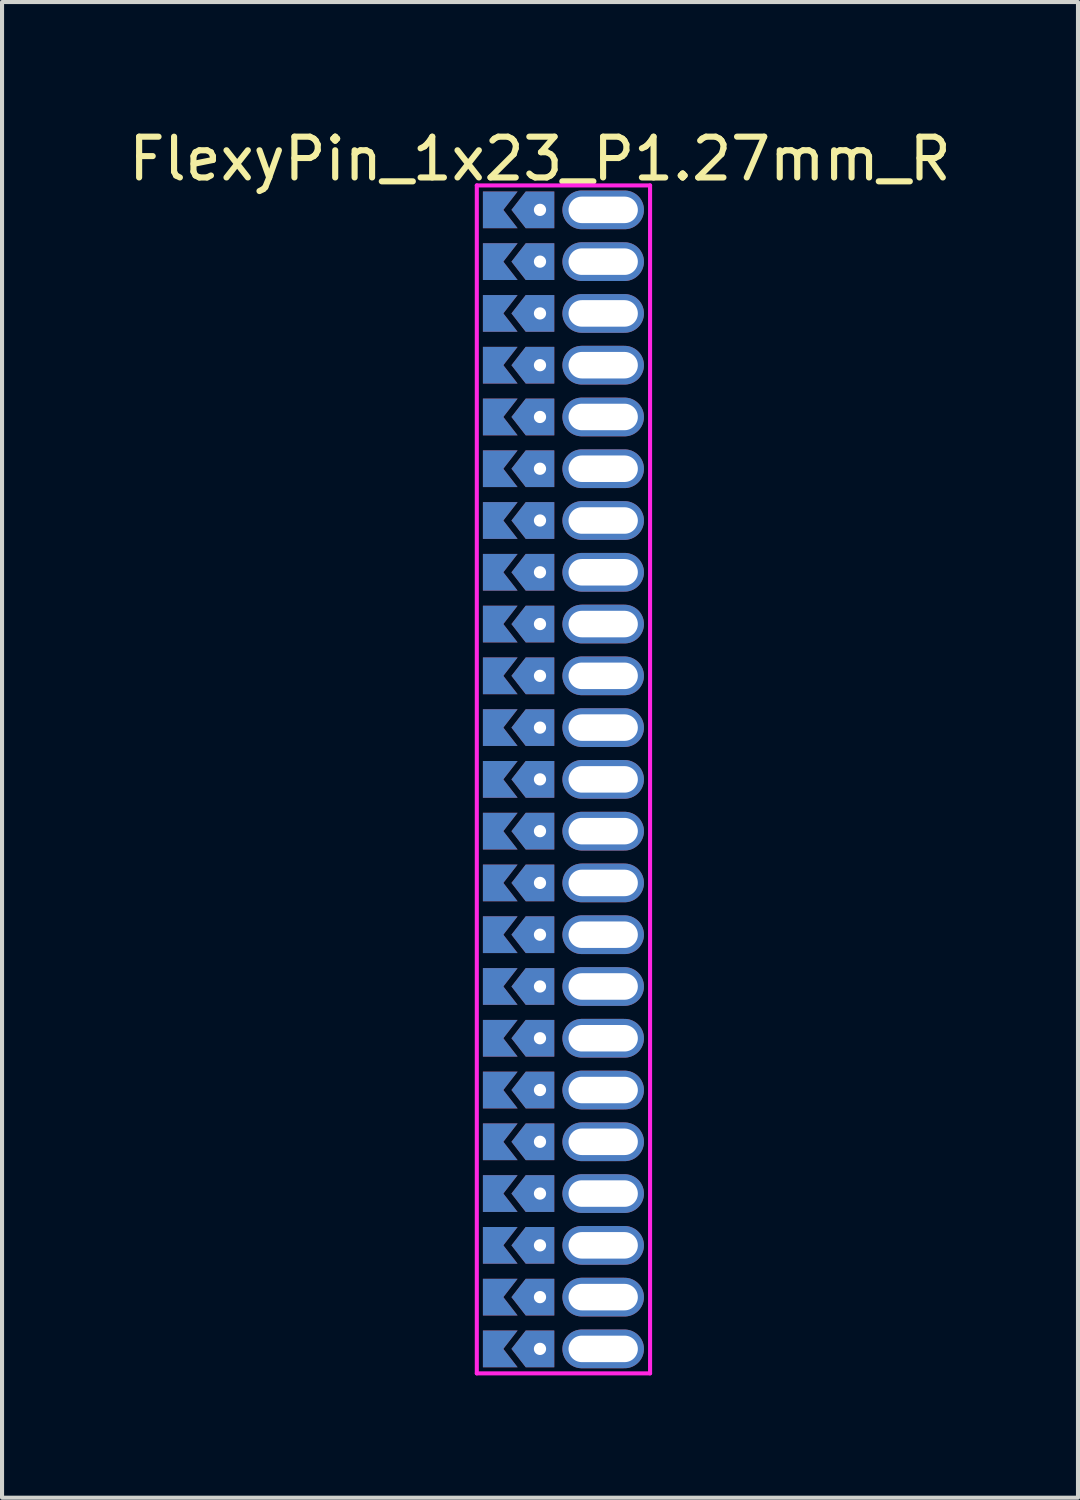
<source format=kicad_pcb>
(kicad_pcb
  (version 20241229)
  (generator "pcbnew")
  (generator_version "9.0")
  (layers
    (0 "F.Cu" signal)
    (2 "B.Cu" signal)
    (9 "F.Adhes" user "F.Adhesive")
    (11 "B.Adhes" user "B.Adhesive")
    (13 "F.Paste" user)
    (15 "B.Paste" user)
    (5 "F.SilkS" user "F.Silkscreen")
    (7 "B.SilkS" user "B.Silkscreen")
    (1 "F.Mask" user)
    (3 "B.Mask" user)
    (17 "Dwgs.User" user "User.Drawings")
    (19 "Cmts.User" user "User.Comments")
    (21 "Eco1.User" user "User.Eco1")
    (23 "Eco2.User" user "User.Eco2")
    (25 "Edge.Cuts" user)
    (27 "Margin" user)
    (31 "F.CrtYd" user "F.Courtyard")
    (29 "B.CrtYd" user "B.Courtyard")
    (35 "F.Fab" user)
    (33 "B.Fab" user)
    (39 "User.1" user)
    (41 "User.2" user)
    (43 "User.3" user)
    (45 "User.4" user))
  (footprint "FlexyPin_1x23_P1.27mm_R"
    (layer "F.Cu")
    (at 10.196 2.098)
    (property "Reference" "FlexyPin_1x23_P1.27mm_R" (at 0 -1.25 0) (layer "F.SilkS") (effects (font (size 1 1) (thickness 0.15))))
    (attr through_hole)
    (fp_line (start -1.55 -0.6) (end 2.7 -0.6) (stroke (width 0.1) (type solid)) (layer "F.CrtYd"))
    (fp_line (start -1.55 28.54) (end -1.55 -0.6) (stroke (width 0.1) (type solid)) (layer "F.CrtYd"))
    (fp_line (start 2.7 -0.6) (end 2.7 28.54) (stroke (width 0.1) (type solid)) (layer "F.CrtYd"))
    (fp_line (start 2.7 28.54) (end -1.55 28.54) (stroke (width 0.1) (type solid)) (layer "F.CrtYd"))
    (pad "" thru_hole custom (at 0 0) (size 0.3 0.3) (drill 0.6) (layers "*.Cu" "*.Mask") (options (anchor rect)) (primitives (gr_poly (pts (xy 0.35 0.45) (xy 0.35 -0.45) (xy -0.35 -0.45) (xy -0.7 0) (xy -0.35 0.45)) (width 0) (fill yes))))
    (pad "" thru_hole custom (at 0 1.27) (size 0.3 0.3) (drill 0.6) (layers "*.Cu" "*.Mask") (options (anchor rect)) (primitives (gr_poly (pts (xy 0.35 0.45) (xy 0.35 -0.45) (xy -0.35 -0.45) (xy -0.7 0) (xy -0.35 0.45)) (width 0) (fill yes))))
    (pad "" thru_hole custom (at 0 2.54) (size 0.3 0.3) (drill 0.6) (layers "*.Cu" "*.Mask") (options (anchor rect)) (primitives (gr_poly (pts (xy 0.35 0.45) (xy 0.35 -0.45) (xy -0.35 -0.45) (xy -0.7 0) (xy -0.35 0.45)) (width 0) (fill yes))))
    (pad "" thru_hole custom (at 0 3.81) (size 0.3 0.3) (drill 0.6) (layers "*.Cu" "*.Mask") (options (anchor rect)) (primitives (gr_poly (pts (xy 0.35 0.45) (xy 0.35 -0.45) (xy -0.35 -0.45) (xy -0.7 0) (xy -0.35 0.45)) (width 0) (fill yes))))
    (pad "" thru_hole custom (at 0 5.08) (size 0.3 0.3) (drill 0.6) (layers "*.Cu" "*.Mask") (options (anchor rect)) (primitives (gr_poly (pts (xy 0.35 0.45) (xy 0.35 -0.45) (xy -0.35 -0.45) (xy -0.7 0) (xy -0.35 0.45)) (width 0) (fill yes))))
    (pad "" thru_hole custom (at 0 6.35) (size 0.3 0.3) (drill 0.6) (layers "*.Cu" "*.Mask") (options (anchor rect)) (primitives (gr_poly (pts (xy 0.35 0.45) (xy 0.35 -0.45) (xy -0.35 -0.45) (xy -0.7 0) (xy -0.35 0.45)) (width 0) (fill yes))))
    (pad "" thru_hole custom (at 0 7.62) (size 0.3 0.3) (drill 0.6) (layers "*.Cu" "*.Mask") (options (anchor rect)) (primitives (gr_poly (pts (xy 0.35 0.45) (xy 0.35 -0.45) (xy -0.35 -0.45) (xy -0.7 0) (xy -0.35 0.45)) (width 0) (fill yes))))
    (pad "" thru_hole custom (at 0 8.89) (size 0.3 0.3) (drill 0.6) (layers "*.Cu" "*.Mask") (options (anchor rect)) (primitives (gr_poly (pts (xy 0.35 0.45) (xy 0.35 -0.45) (xy -0.35 -0.45) (xy -0.7 0) (xy -0.35 0.45)) (width 0) (fill yes))))
    (pad "" thru_hole custom (at 0 10.16) (size 0.3 0.3) (drill 0.6) (layers "*.Cu" "*.Mask") (options (anchor rect)) (primitives (gr_poly (pts (xy 0.35 0.45) (xy 0.35 -0.45) (xy -0.35 -0.45) (xy -0.7 0) (xy -0.35 0.45)) (width 0) (fill yes))))
    (pad "" thru_hole custom (at 0 11.43) (size 0.3 0.3) (drill 0.6) (layers "*.Cu" "*.Mask") (options (anchor rect)) (primitives (gr_poly (pts (xy 0.35 0.45) (xy 0.35 -0.45) (xy -0.35 -0.45) (xy -0.7 0) (xy -0.35 0.45)) (width 0) (fill yes))))
    (pad "" thru_hole custom (at 0 12.7) (size 0.3 0.3) (drill 0.6) (layers "*.Cu" "*.Mask") (options (anchor rect)) (primitives (gr_poly (pts (xy 0.35 0.45) (xy 0.35 -0.45) (xy -0.35 -0.45) (xy -0.7 0) (xy -0.35 0.45)) (width 0) (fill yes))))
    (pad "" thru_hole custom (at 0 13.97) (size 0.3 0.3) (drill 0.6) (layers "*.Cu" "*.Mask") (options (anchor rect)) (primitives (gr_poly (pts (xy 0.35 0.45) (xy 0.35 -0.45) (xy -0.35 -0.45) (xy -0.7 0) (xy -0.35 0.45)) (width 0) (fill yes))))
    (pad "" thru_hole custom (at 0 15.24) (size 0.3 0.3) (drill 0.6) (layers "*.Cu" "*.Mask") (options (anchor rect)) (primitives (gr_poly (pts (xy 0.35 0.45) (xy 0.35 -0.45) (xy -0.35 -0.45) (xy -0.7 0) (xy -0.35 0.45)) (width 0) (fill yes))))
    (pad "" thru_hole custom (at 0 16.51) (size 0.3 0.3) (drill 0.6) (layers "*.Cu" "*.Mask") (options (anchor rect)) (primitives (gr_poly (pts (xy 0.35 0.45) (xy 0.35 -0.45) (xy -0.35 -0.45) (xy -0.7 0) (xy -0.35 0.45)) (width 0) (fill yes))))
    (pad "" thru_hole custom (at 0 17.78) (size 0.3 0.3) (drill 0.6) (layers "*.Cu" "*.Mask") (options (anchor rect)) (primitives (gr_poly (pts (xy 0.35 0.45) (xy 0.35 -0.45) (xy -0.35 -0.45) (xy -0.7 0) (xy -0.35 0.45)) (width 0) (fill yes))))
    (pad "" thru_hole custom (at 0 19.05) (size 0.3 0.3) (drill 0.6) (layers "*.Cu" "*.Mask") (options (anchor rect)) (primitives (gr_poly (pts (xy 0.35 0.45) (xy 0.35 -0.45) (xy -0.35 -0.45) (xy -0.7 0) (xy -0.35 0.45)) (width 0) (fill yes))))
    (pad "" thru_hole custom (at 0 20.32) (size 0.3 0.3) (drill 0.6) (layers "*.Cu" "*.Mask") (options (anchor rect)) (primitives (gr_poly (pts (xy 0.35 0.45) (xy 0.35 -0.45) (xy -0.35 -0.45) (xy -0.7 0) (xy -0.35 0.45)) (width 0) (fill yes))))
    (pad "" thru_hole custom (at 0 21.59) (size 0.3 0.3) (drill 0.6) (layers "*.Cu" "*.Mask") (options (anchor rect)) (primitives (gr_poly (pts (xy 0.35 0.45) (xy 0.35 -0.45) (xy -0.35 -0.45) (xy -0.7 0) (xy -0.35 0.45)) (width 0) (fill yes))))
    (pad "" thru_hole custom (at 0 22.86) (size 0.3 0.3) (drill 0.6) (layers "*.Cu" "*.Mask") (options (anchor rect)) (primitives (gr_poly (pts (xy 0.35 0.45) (xy 0.35 -0.45) (xy -0.35 -0.45) (xy -0.7 0) (xy -0.35 0.45)) (width 0) (fill yes))))
    (pad "" thru_hole custom (at 0 24.13) (size 0.3 0.3) (drill 0.6) (layers "*.Cu" "*.Mask") (options (anchor rect)) (primitives (gr_poly (pts (xy 0.35 0.45) (xy 0.35 -0.45) (xy -0.35 -0.45) (xy -0.7 0) (xy -0.35 0.45)) (width 0) (fill yes))))
    (pad "" thru_hole custom (at 0 25.4) (size 0.3 0.3) (drill 0.6) (layers "*.Cu" "*.Mask") (options (anchor rect)) (primitives (gr_poly (pts (xy 0.35 0.45) (xy 0.35 -0.45) (xy -0.35 -0.45) (xy -0.7 0) (xy -0.35 0.45)) (width 0) (fill yes))))
    (pad "" thru_hole custom (at 0 26.67) (size 0.3 0.3) (drill 0.6) (layers "*.Cu" "*.Mask") (options (anchor rect)) (primitives (gr_poly (pts (xy 0.35 0.45) (xy 0.35 -0.45) (xy -0.35 -0.45) (xy -0.7 0) (xy -0.35 0.45)) (width 0) (fill yes))))
    (pad "" thru_hole custom (at 0 27.94) (size 0.3 0.3) (drill 0.6) (layers "*.Cu" "*.Mask") (options (anchor rect)) (primitives (gr_poly (pts (xy 0.35 0.45) (xy 0.35 -0.45) (xy -0.35 -0.45) (xy -0.7 0) (xy -0.35 0.45)) (width 0) (fill yes))))
    (pad "" thru_hole oval (at 1.55 0) (size 2 0.95) (drill oval 1.7 0.65) (layers "*.Cu" "*.Mask"))
    (pad "" thru_hole oval (at 1.55 1.27) (size 2 0.95) (drill oval 1.7 0.65) (layers "*.Cu" "*.Mask"))
    (pad "" thru_hole oval (at 1.55 2.54) (size 2 0.95) (drill oval 1.7 0.65) (layers "*.Cu" "*.Mask"))
    (pad "" thru_hole oval (at 1.55 3.81) (size 2 0.95) (drill oval 1.7 0.65) (layers "*.Cu" "*.Mask"))
    (pad "" thru_hole oval (at 1.55 5.08) (size 2 0.95) (drill oval 1.7 0.65) (layers "*.Cu" "*.Mask"))
    (pad "" thru_hole oval (at 1.55 6.35) (size 2 0.95) (drill oval 1.7 0.65) (layers "*.Cu" "*.Mask"))
    (pad "" thru_hole oval (at 1.55 7.62) (size 2 0.95) (drill oval 1.7 0.65) (layers "*.Cu" "*.Mask"))
    (pad "" thru_hole oval (at 1.55 8.89) (size 2 0.95) (drill oval 1.7 0.65) (layers "*.Cu" "*.Mask"))
    (pad "" thru_hole oval (at 1.55 10.16) (size 2 0.95) (drill oval 1.7 0.65) (layers "*.Cu" "*.Mask"))
    (pad "" thru_hole oval (at 1.55 11.43) (size 2 0.95) (drill oval 1.7 0.65) (layers "*.Cu" "*.Mask"))
    (pad "" thru_hole oval (at 1.55 12.7) (size 2 0.95) (drill oval 1.7 0.65) (layers "*.Cu" "*.Mask"))
    (pad "" thru_hole oval (at 1.55 13.97) (size 2 0.95) (drill oval 1.7 0.65) (layers "*.Cu" "*.Mask"))
    (pad "" thru_hole oval (at 1.55 15.24) (size 2 0.95) (drill oval 1.7 0.65) (layers "*.Cu" "*.Mask"))
    (pad "" thru_hole oval (at 1.55 16.51) (size 2 0.95) (drill oval 1.7 0.65) (layers "*.Cu" "*.Mask"))
    (pad "" thru_hole oval (at 1.55 17.78) (size 2 0.95) (drill oval 1.7 0.65) (layers "*.Cu" "*.Mask"))
    (pad "" thru_hole oval (at 1.55 19.05) (size 2 0.95) (drill oval 1.7 0.65) (layers "*.Cu" "*.Mask"))
    (pad "" thru_hole oval (at 1.55 20.32) (size 2 0.95) (drill oval 1.7 0.65) (layers "*.Cu" "*.Mask"))
    (pad "" thru_hole oval (at 1.55 21.59) (size 2 0.95) (drill oval 1.7 0.65) (layers "*.Cu" "*.Mask"))
    (pad "" thru_hole oval (at 1.55 22.86) (size 2 0.95) (drill oval 1.7 0.65) (layers "*.Cu" "*.Mask"))
    (pad "" thru_hole oval (at 1.55 24.13) (size 2 0.95) (drill oval 1.7 0.65) (layers "*.Cu" "*.Mask"))
    (pad "" thru_hole oval (at 1.55 25.4) (size 2 0.95) (drill oval 1.7 0.65) (layers "*.Cu" "*.Mask"))
    (pad "" thru_hole oval (at 1.55 26.67) (size 2 0.95) (drill oval 1.7 0.65) (layers "*.Cu" "*.Mask"))
    (pad "" thru_hole oval (at 1.55 27.94) (size 2 0.95) (drill oval 1.7 0.65) (layers "*.Cu" "*.Mask"))
    (pad "1" smd custom (at -0.9 0) (size 0.01 0.01) (layers "F.Cu" "F.Mask") (options (anchor rect)) (primitives (gr_poly (pts (xy 0 0) (xy 0.35 0.45) (xy -0.5 0.45) (xy -0.5 -0.45) (xy 0.35 -0.45)) (width 0) (fill yes))))
    (pad "1" smd custom (at -0.9 1.27) (size 0.01 0.01) (layers "F.Cu" "F.Mask") (options (anchor rect)) (primitives (gr_poly (pts (xy 0 0) (xy 0.35 0.45) (xy -0.5 0.45) (xy -0.5 -0.45) (xy 0.35 -0.45)) (width 0) (fill yes))))
    (pad "1" smd custom (at -0.9 2.54) (size 0.01 0.01) (layers "F.Cu" "F.Mask") (options (anchor rect)) (primitives (gr_poly (pts (xy 0 0) (xy 0.35 0.45) (xy -0.5 0.45) (xy -0.5 -0.45) (xy 0.35 -0.45)) (width 0) (fill yes))))
    (pad "1" smd custom (at -0.9 3.81) (size 0.01 0.01) (layers "F.Cu" "F.Mask") (options (anchor rect)) (primitives (gr_poly (pts (xy 0 0) (xy 0.35 0.45) (xy -0.5 0.45) (xy -0.5 -0.45) (xy 0.35 -0.45)) (width 0) (fill yes))))
    (pad "1" smd custom (at -0.9 5.08) (size 0.01 0.01) (layers "F.Cu" "F.Mask") (options (anchor rect)) (primitives (gr_poly (pts (xy 0 0) (xy 0.35 0.45) (xy -0.5 0.45) (xy -0.5 -0.45) (xy 0.35 -0.45)) (width 0) (fill yes))))
    (pad "1" smd custom (at -0.9 6.35) (size 0.01 0.01) (layers "F.Cu" "F.Mask") (options (anchor rect)) (primitives (gr_poly (pts (xy 0 0) (xy 0.35 0.45) (xy -0.5 0.45) (xy -0.5 -0.45) (xy 0.35 -0.45)) (width 0) (fill yes))))
    (pad "1" smd custom (at -0.9 7.62) (size 0.01 0.01) (layers "F.Cu" "F.Mask") (options (anchor rect)) (primitives (gr_poly (pts (xy 0 0) (xy 0.35 0.45) (xy -0.5 0.45) (xy -0.5 -0.45) (xy 0.35 -0.45)) (width 0) (fill yes))))
    (pad "1" smd custom (at -0.9 8.89) (size 0.01 0.01) (layers "F.Cu" "F.Mask") (options (anchor rect)) (primitives (gr_poly (pts (xy 0 0) (xy 0.35 0.45) (xy -0.5 0.45) (xy -0.5 -0.45) (xy 0.35 -0.45)) (width 0) (fill yes))))
    (pad "1" smd custom (at -0.9 10.16) (size 0.01 0.01) (layers "F.Cu" "F.Mask") (options (anchor rect)) (primitives (gr_poly (pts (xy 0 0) (xy 0.35 0.45) (xy -0.5 0.45) (xy -0.5 -0.45) (xy 0.35 -0.45)) (width 0) (fill yes))))
    (pad "1" smd custom (at -0.9 11.43) (size 0.01 0.01) (layers "F.Cu" "F.Mask") (options (anchor rect)) (primitives (gr_poly (pts (xy 0 0) (xy 0.35 0.45) (xy -0.5 0.45) (xy -0.5 -0.45) (xy 0.35 -0.45)) (width 0) (fill yes))))
    (pad "1" smd custom (at -0.9 12.7) (size 0.01 0.01) (layers "F.Cu" "F.Mask") (options (anchor rect)) (primitives (gr_poly (pts (xy 0 0) (xy 0.35 0.45) (xy -0.5 0.45) (xy -0.5 -0.45) (xy 0.35 -0.45)) (width 0) (fill yes))))
    (pad "1" smd custom (at -0.9 13.97) (size 0.01 0.01) (layers "F.Cu" "F.Mask") (options (anchor rect)) (primitives (gr_poly (pts (xy 0 0) (xy 0.35 0.45) (xy -0.5 0.45) (xy -0.5 -0.45) (xy 0.35 -0.45)) (width 0) (fill yes))))
    (pad "1" smd custom (at -0.9 15.24) (size 0.01 0.01) (layers "F.Cu" "F.Mask") (options (anchor rect)) (primitives (gr_poly (pts (xy 0 0) (xy 0.35 0.45) (xy -0.5 0.45) (xy -0.5 -0.45) (xy 0.35 -0.45)) (width 0) (fill yes))))
    (pad "1" smd custom (at -0.9 16.51) (size 0.01 0.01) (layers "F.Cu" "F.Mask") (options (anchor rect)) (primitives (gr_poly (pts (xy 0 0) (xy 0.35 0.45) (xy -0.5 0.45) (xy -0.5 -0.45) (xy 0.35 -0.45)) (width 0) (fill yes))))
    (pad "1" smd custom (at -0.9 17.78) (size 0.01 0.01) (layers "F.Cu" "F.Mask") (options (anchor rect)) (primitives (gr_poly (pts (xy 0 0) (xy 0.35 0.45) (xy -0.5 0.45) (xy -0.5 -0.45) (xy 0.35 -0.45)) (width 0) (fill yes))))
    (pad "1" smd custom (at -0.9 19.05) (size 0.01 0.01) (layers "F.Cu" "F.Mask") (options (anchor rect)) (primitives (gr_poly (pts (xy 0 0) (xy 0.35 0.45) (xy -0.5 0.45) (xy -0.5 -0.45) (xy 0.35 -0.45)) (width 0) (fill yes))))
    (pad "1" smd custom (at -0.9 20.32) (size 0.01 0.01) (layers "F.Cu" "F.Mask") (options (anchor rect)) (primitives (gr_poly (pts (xy 0 0) (xy 0.35 0.45) (xy -0.5 0.45) (xy -0.5 -0.45) (xy 0.35 -0.45)) (width 0) (fill yes))))
    (pad "1" smd custom (at -0.9 21.59) (size 0.01 0.01) (layers "F.Cu" "F.Mask") (options (anchor rect)) (primitives (gr_poly (pts (xy 0 0) (xy 0.35 0.45) (xy -0.5 0.45) (xy -0.5 -0.45) (xy 0.35 -0.45)) (width 0) (fill yes))))
    (pad "1" smd custom (at -0.9 22.86) (size 0.01 0.01) (layers "F.Cu" "F.Mask") (options (anchor rect)) (primitives (gr_poly (pts (xy 0 0) (xy 0.35 0.45) (xy -0.5 0.45) (xy -0.5 -0.45) (xy 0.35 -0.45)) (width 0) (fill yes))))
    (pad "1" smd custom (at -0.9 24.13) (size 0.01 0.01) (layers "F.Cu" "F.Mask") (options (anchor rect)) (primitives (gr_poly (pts (xy 0 0) (xy 0.35 0.45) (xy -0.5 0.45) (xy -0.5 -0.45) (xy 0.35 -0.45)) (width 0) (fill yes))))
    (pad "1" smd custom (at -0.9 25.4) (size 0.01 0.01) (layers "F.Cu" "F.Mask") (options (anchor rect)) (primitives (gr_poly (pts (xy 0 0) (xy 0.35 0.45) (xy -0.5 0.45) (xy -0.5 -0.45) (xy 0.35 -0.45)) (width 0) (fill yes))))
    (pad "1" smd custom (at -0.9 26.67) (size 0.01 0.01) (layers "F.Cu" "F.Mask") (options (anchor rect)) (primitives (gr_poly (pts (xy 0 0) (xy 0.35 0.45) (xy -0.5 0.45) (xy -0.5 -0.45) (xy 0.35 -0.45)) (width 0) (fill yes))))
    (pad "1" smd custom (at -0.9 27.94) (size 0.01 0.01) (layers "F.Cu" "F.Mask") (options (anchor rect)) (primitives (gr_poly (pts (xy 0 0) (xy 0.35 0.45) (xy -0.5 0.45) (xy -0.5 -0.45) (xy 0.35 -0.45)) (width 0) (fill yes))))
    (pad "2" smd custom (at -0.9 0) (size 0.01 0.01) (layers "B.Cu" "B.Mask") (options (anchor rect)) (primitives (gr_poly (pts (xy 0 0) (xy 0.35 0.45) (xy -0.5 0.45) (xy -0.5 -0.45) (xy 0.35 -0.45)) (width 0) (fill yes))))
    (pad "2" smd custom (at -0.9 1.27) (size 0.01 0.01) (layers "B.Cu" "B.Mask") (options (anchor rect)) (primitives (gr_poly (pts (xy 0 0) (xy 0.35 0.45) (xy -0.5 0.45) (xy -0.5 -0.45) (xy 0.35 -0.45)) (width 0) (fill yes))))
    (pad "2" smd custom (at -0.9 2.54) (size 0.01 0.01) (layers "B.Cu" "B.Mask") (options (anchor rect)) (primitives (gr_poly (pts (xy 0 0) (xy 0.35 0.45) (xy -0.5 0.45) (xy -0.5 -0.45) (xy 0.35 -0.45)) (width 0) (fill yes))))
    (pad "2" smd custom (at -0.9 3.81) (size 0.01 0.01) (layers "B.Cu" "B.Mask") (options (anchor rect)) (primitives (gr_poly (pts (xy 0 0) (xy 0.35 0.45) (xy -0.5 0.45) (xy -0.5 -0.45) (xy 0.35 -0.45)) (width 0) (fill yes))))
    (pad "2" smd custom (at -0.9 5.08) (size 0.01 0.01) (layers "B.Cu" "B.Mask") (options (anchor rect)) (primitives (gr_poly (pts (xy 0 0) (xy 0.35 0.45) (xy -0.5 0.45) (xy -0.5 -0.45) (xy 0.35 -0.45)) (width 0) (fill yes))))
    (pad "2" smd custom (at -0.9 6.35) (size 0.01 0.01) (layers "B.Cu" "B.Mask") (options (anchor rect)) (primitives (gr_poly (pts (xy 0 0) (xy 0.35 0.45) (xy -0.5 0.45) (xy -0.5 -0.45) (xy 0.35 -0.45)) (width 0) (fill yes))))
    (pad "2" smd custom (at -0.9 7.62) (size 0.01 0.01) (layers "B.Cu" "B.Mask") (options (anchor rect)) (primitives (gr_poly (pts (xy 0 0) (xy 0.35 0.45) (xy -0.5 0.45) (xy -0.5 -0.45) (xy 0.35 -0.45)) (width 0) (fill yes))))
    (pad "2" smd custom (at -0.9 8.89) (size 0.01 0.01) (layers "B.Cu" "B.Mask") (options (anchor rect)) (primitives (gr_poly (pts (xy 0 0) (xy 0.35 0.45) (xy -0.5 0.45) (xy -0.5 -0.45) (xy 0.35 -0.45)) (width 0) (fill yes))))
    (pad "2" smd custom (at -0.9 10.16) (size 0.01 0.01) (layers "B.Cu" "B.Mask") (options (anchor rect)) (primitives (gr_poly (pts (xy 0 0) (xy 0.35 0.45) (xy -0.5 0.45) (xy -0.5 -0.45) (xy 0.35 -0.45)) (width 0) (fill yes))))
    (pad "2" smd custom (at -0.9 11.43) (size 0.01 0.01) (layers "B.Cu" "B.Mask") (options (anchor rect)) (primitives (gr_poly (pts (xy 0 0) (xy 0.35 0.45) (xy -0.5 0.45) (xy -0.5 -0.45) (xy 0.35 -0.45)) (width 0) (fill yes))))
    (pad "2" smd custom (at -0.9 12.7) (size 0.01 0.01) (layers "B.Cu" "B.Mask") (options (anchor rect)) (primitives (gr_poly (pts (xy 0 0) (xy 0.35 0.45) (xy -0.5 0.45) (xy -0.5 -0.45) (xy 0.35 -0.45)) (width 0) (fill yes))))
    (pad "2" smd custom (at -0.9 13.97) (size 0.01 0.01) (layers "B.Cu" "B.Mask") (options (anchor rect)) (primitives (gr_poly (pts (xy 0 0) (xy 0.35 0.45) (xy -0.5 0.45) (xy -0.5 -0.45) (xy 0.35 -0.45)) (width 0) (fill yes))))
    (pad "2" smd custom (at -0.9 15.24) (size 0.01 0.01) (layers "B.Cu" "B.Mask") (options (anchor rect)) (primitives (gr_poly (pts (xy 0 0) (xy 0.35 0.45) (xy -0.5 0.45) (xy -0.5 -0.45) (xy 0.35 -0.45)) (width 0) (fill yes))))
    (pad "2" smd custom (at -0.9 16.51) (size 0.01 0.01) (layers "B.Cu" "B.Mask") (options (anchor rect)) (primitives (gr_poly (pts (xy 0 0) (xy 0.35 0.45) (xy -0.5 0.45) (xy -0.5 -0.45) (xy 0.35 -0.45)) (width 0) (fill yes))))
    (pad "2" smd custom (at -0.9 17.78) (size 0.01 0.01) (layers "B.Cu" "B.Mask") (options (anchor rect)) (primitives (gr_poly (pts (xy 0 0) (xy 0.35 0.45) (xy -0.5 0.45) (xy -0.5 -0.45) (xy 0.35 -0.45)) (width 0) (fill yes))))
    (pad "2" smd custom (at -0.9 19.05) (size 0.01 0.01) (layers "B.Cu" "B.Mask") (options (anchor rect)) (primitives (gr_poly (pts (xy 0 0) (xy 0.35 0.45) (xy -0.5 0.45) (xy -0.5 -0.45) (xy 0.35 -0.45)) (width 0) (fill yes))))
    (pad "2" smd custom (at -0.9 20.32) (size 0.01 0.01) (layers "B.Cu" "B.Mask") (options (anchor rect)) (primitives (gr_poly (pts (xy 0 0) (xy 0.35 0.45) (xy -0.5 0.45) (xy -0.5 -0.45) (xy 0.35 -0.45)) (width 0) (fill yes))))
    (pad "2" smd custom (at -0.9 21.59) (size 0.01 0.01) (layers "B.Cu" "B.Mask") (options (anchor rect)) (primitives (gr_poly (pts (xy 0 0) (xy 0.35 0.45) (xy -0.5 0.45) (xy -0.5 -0.45) (xy 0.35 -0.45)) (width 0) (fill yes))))
    (pad "2" smd custom (at -0.9 22.86) (size 0.01 0.01) (layers "B.Cu" "B.Mask") (options (anchor rect)) (primitives (gr_poly (pts (xy 0 0) (xy 0.35 0.45) (xy -0.5 0.45) (xy -0.5 -0.45) (xy 0.35 -0.45)) (width 0) (fill yes))))
    (pad "2" smd custom (at -0.9 24.13) (size 0.01 0.01) (layers "B.Cu" "B.Mask") (options (anchor rect)) (primitives (gr_poly (pts (xy 0 0) (xy 0.35 0.45) (xy -0.5 0.45) (xy -0.5 -0.45) (xy 0.35 -0.45)) (width 0) (fill yes))))
    (pad "2" smd custom (at -0.9 25.4) (size 0.01 0.01) (layers "B.Cu" "B.Mask") (options (anchor rect)) (primitives (gr_poly (pts (xy 0 0) (xy 0.35 0.45) (xy -0.5 0.45) (xy -0.5 -0.45) (xy 0.35 -0.45)) (width 0) (fill yes))))
    (pad "2" smd custom (at -0.9 26.67) (size 0.01 0.01) (layers "B.Cu" "B.Mask") (options (anchor rect)) (primitives (gr_poly (pts (xy 0 0) (xy 0.35 0.45) (xy -0.5 0.45) (xy -0.5 -0.45) (xy 0.35 -0.45)) (width 0) (fill yes))))
    (pad "2" smd custom (at -0.9 27.94) (size 0.01 0.01) (layers "B.Cu" "B.Mask") (options (anchor rect)) (primitives (gr_poly (pts (xy 0 0) (xy 0.35 0.45) (xy -0.5 0.45) (xy -0.5 -0.45) (xy 0.35 -0.45)) (width 0) (fill yes)))))
  (gr_rect
    (start -3 -3)
    (end 23.393 33.688)
    (stroke (width 0.1) (type default))
    (fill no)
    (layer "Edge.Cuts")))
</source>
